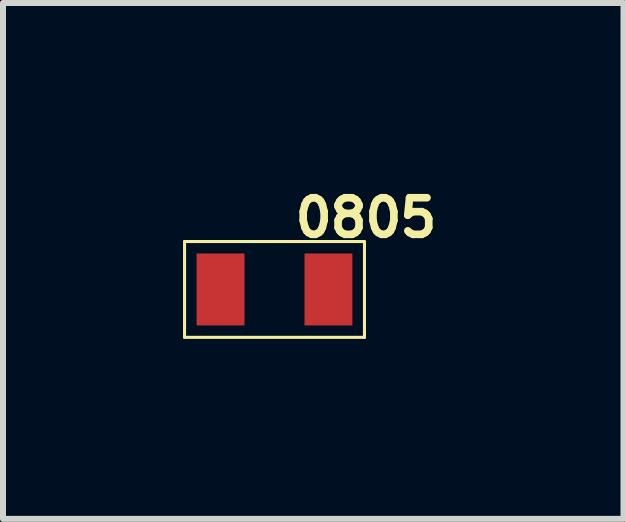
<source format=kicad_pcb>
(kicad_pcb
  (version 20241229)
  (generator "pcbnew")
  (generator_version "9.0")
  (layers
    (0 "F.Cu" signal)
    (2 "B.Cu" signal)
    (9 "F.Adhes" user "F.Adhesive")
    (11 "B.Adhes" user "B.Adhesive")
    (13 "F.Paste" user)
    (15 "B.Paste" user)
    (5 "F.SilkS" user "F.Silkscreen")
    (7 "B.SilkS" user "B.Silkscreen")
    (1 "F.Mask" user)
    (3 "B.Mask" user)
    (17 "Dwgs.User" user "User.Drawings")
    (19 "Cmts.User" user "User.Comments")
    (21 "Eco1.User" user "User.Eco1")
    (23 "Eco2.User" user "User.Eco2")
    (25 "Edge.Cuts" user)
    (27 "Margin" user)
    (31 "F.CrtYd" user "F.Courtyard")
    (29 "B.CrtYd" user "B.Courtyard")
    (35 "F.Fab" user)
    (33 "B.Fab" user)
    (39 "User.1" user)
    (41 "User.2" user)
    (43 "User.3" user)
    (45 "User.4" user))
  (footprint "0805"
    (layer "F.Cu")
    (at 1.524 1.773)
    (property "Reference" "0805" (at 1.524 -1.194 0) (layer "F.SilkS") (effects (font (size 0.61 0.61) (thickness 0.127))))
    (attr smd)
    (fp_line (start -1.499 -0.798) (end 1.499 -0.798) (stroke (width 0.051) (type solid)) (layer "F.SilkS"))
    (fp_line (start -1.499 0.798) (end -1.499 -0.798) (stroke (width 0.051) (type solid)) (layer "F.SilkS"))
    (fp_line (start 1.499 -0.798) (end 1.499 0.798) (stroke (width 0.051) (type solid)) (layer "F.SilkS"))
    (fp_line (start 1.499 0.798) (end -1.499 0.798) (stroke (width 0.051) (type solid)) (layer "F.SilkS"))
    (pad "1" smd rect (at -0.899 0) (size 0.798 1.199) (layers "F.Cu" "F.Mask" "F.Paste"))
    (pad "2" smd rect (at 0.899 0) (size 0.798 1.199) (layers "F.Cu" "F.Mask" "F.Paste")))
  (gr_rect
    (start -3 -3)
    (end 7.339 5.596)
    (stroke (width 0.1) (type default))
    (fill no)
    (layer "Edge.Cuts")))
</source>
